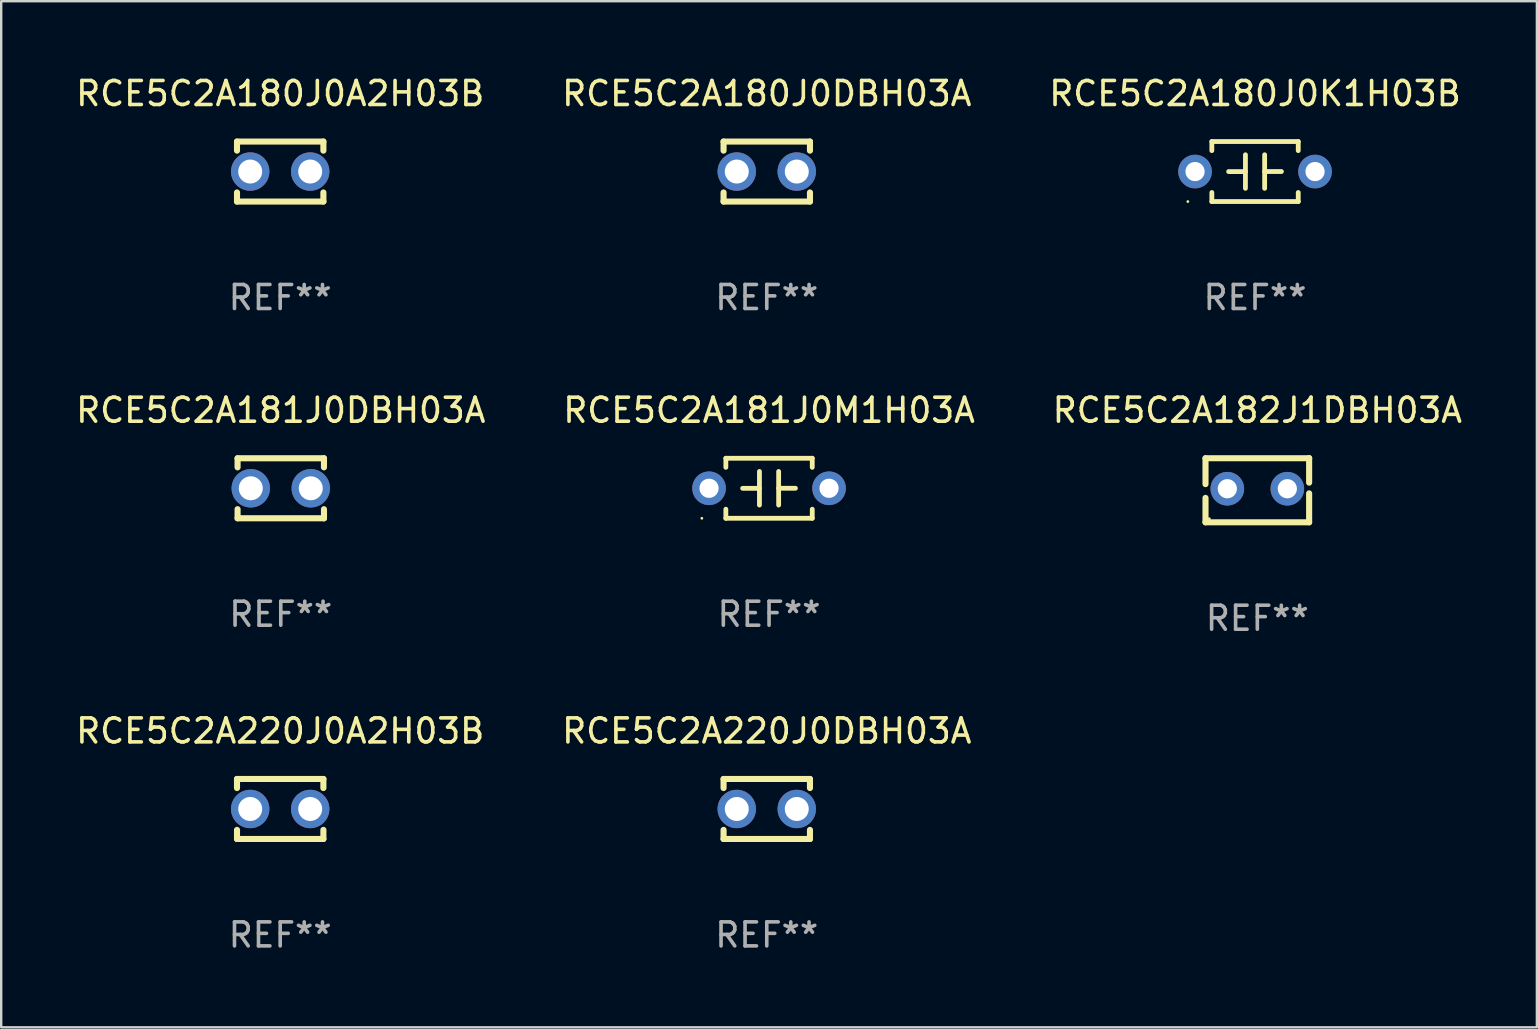
<source format=kicad_pcb>
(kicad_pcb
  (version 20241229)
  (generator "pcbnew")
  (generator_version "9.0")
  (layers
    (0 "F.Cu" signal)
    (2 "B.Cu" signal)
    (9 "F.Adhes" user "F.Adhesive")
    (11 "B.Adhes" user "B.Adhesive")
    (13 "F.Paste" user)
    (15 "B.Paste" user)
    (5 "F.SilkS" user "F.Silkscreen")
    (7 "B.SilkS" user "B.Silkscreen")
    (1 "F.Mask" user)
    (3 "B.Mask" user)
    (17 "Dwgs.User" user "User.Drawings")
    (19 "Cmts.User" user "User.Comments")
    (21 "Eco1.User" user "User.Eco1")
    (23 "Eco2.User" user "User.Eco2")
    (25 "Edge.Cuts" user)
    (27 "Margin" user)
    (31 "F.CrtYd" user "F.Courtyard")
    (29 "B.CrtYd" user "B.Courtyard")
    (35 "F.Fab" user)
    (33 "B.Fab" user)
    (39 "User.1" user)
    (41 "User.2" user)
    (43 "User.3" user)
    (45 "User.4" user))
  (footprint "RCE5C2A180J0K1H03B"
    (layer "F.Cu")
    (at 49.244 4.098)
    (property "Reference" "RCE5C2A180J0K1H03B" (at 0 -3.25 0) (layer "F.SilkS") (effects (font (size 1 1) (thickness 0.15))))
    (attr through_hole)
    (fp_line (start -1.8 -1.25) (end -1.8 -0.872) (stroke (width 0.2) (type solid)) (layer "F.SilkS"))
    (fp_line (start -1.8 -1.25) (end 1.8 -1.25) (stroke (width 0.2) (type solid)) (layer "F.SilkS"))
    (fp_line (start -1.8 0.872) (end -1.8 1.25) (stroke (width 0.2) (type solid)) (layer "F.SilkS"))
    (fp_line (start -1.8 1.25) (end 1.8 1.25) (stroke (width 0.2) (type solid)) (layer "F.SilkS"))
    (fp_line (start -0.4 -0.7) (end -0.4 0.7) (stroke (width 0.2) (type solid)) (layer "F.SilkS"))
    (fp_line (start -0.4 0.002) (end -1.1 0.002) (stroke (width 0.2) (type solid)) (layer "F.SilkS"))
    (fp_line (start 0.4 -0.001) (end 1.1 -0.001) (stroke (width 0.2) (type solid)) (layer "F.SilkS"))
    (fp_line (start 0.4 0.7) (end 0.4 -0.7) (stroke (width 0.2) (type solid)) (layer "F.SilkS"))
    (fp_line (start 1.8 -1.25) (end 1.8 -0.872) (stroke (width 0.2) (type solid)) (layer "F.SilkS"))
    (fp_line (start 1.8 0.872) (end 1.8 1.25) (stroke (width 0.2) (type solid)) (layer "F.SilkS"))
    (fp_circle (center -2.8 1.25) (end -2.77 1.25) (stroke (width 0.06) (type solid)) (fill no) (layer "F.SilkS"))
    (fp_text user "REF**" (at 0 5.25 0) (layer "F.Fab") (effects (font (size 1 1) (thickness 0.15))))
    (pad "1" thru_hole circle (at -2.5 0) (size 1.4 1.4) (drill 0.8) (layers "*.Cu" "*.Mask"))
    (pad "2" thru_hole circle (at 2.5 0) (size 1.4 1.4) (drill 0.8) (layers "*.Cu" "*.Mask")))
  (footprint "RCE5C2A181J0DBH03A"
    (layer "F.Cu")
    (at 8.649 17.295)
    (property "Reference" "RCE5C2A181J0DBH03A" (at 0 -3.25 0) (layer "F.SilkS") (effects (font (size 1 1) (thickness 0.15))))
    (attr through_hole)
    (fp_line (start -1.8 -1.25) (end -1.8 -0.872) (stroke (width 0.254) (type solid)) (layer "F.SilkS"))
    (fp_line (start -1.8 -1.25) (end 1.8 -1.25) (stroke (width 0.254) (type solid)) (layer "F.SilkS"))
    (fp_line (start -1.8 0.872) (end -1.8 1.25) (stroke (width 0.254) (type solid)) (layer "F.SilkS"))
    (fp_line (start -1.8 1.25) (end 1.8 1.25) (stroke (width 0.254) (type solid)) (layer "F.SilkS"))
    (fp_line (start 1.8 -1.25) (end 1.8 -0.872) (stroke (width 0.254) (type solid)) (layer "F.SilkS"))
    (fp_line (start 1.8 0.872) (end 1.8 1.25) (stroke (width 0.254) (type solid)) (layer "F.SilkS"))
    (fp_circle (center -1.8 1.25) (end -1.77 1.25) (stroke (width 0.06) (type solid)) (fill no) (layer "F.SilkS"))
    (fp_text user "REF**" (at 0 5.25 0) (layer "F.Fab") (effects (font (size 1 1) (thickness 0.15))))
    (pad "1" thru_hole circle (at -1.25 0) (size 1.6 1.6) (drill 1) (layers "*.Cu" "*.Mask"))
    (pad "2" thru_hole circle (at 1.25 0) (size 1.6 1.6) (drill 1) (layers "*.Cu" "*.Mask")))
  (footprint "RCE5C2A180J0A2H03B"
    (layer "F.Cu")
    (at 8.625 4.098)
    (property "Reference" "RCE5C2A180J0A2H03B" (at 0 -3.25 0) (layer "F.SilkS") (effects (font (size 1 1) (thickness 0.15))))
    (attr through_hole)
    (fp_line (start -1.8 -1.25) (end -1.8 -0.872) (stroke (width 0.254) (type solid)) (layer "F.SilkS"))
    (fp_line (start -1.8 -1.25) (end 1.8 -1.25) (stroke (width 0.254) (type solid)) (layer "F.SilkS"))
    (fp_line (start -1.8 0.872) (end -1.8 1.25) (stroke (width 0.254) (type solid)) (layer "F.SilkS"))
    (fp_line (start -1.8 1.25) (end 1.8 1.25) (stroke (width 0.254) (type solid)) (layer "F.SilkS"))
    (fp_line (start 1.8 -1.25) (end 1.8 -0.872) (stroke (width 0.254) (type solid)) (layer "F.SilkS"))
    (fp_line (start 1.8 0.872) (end 1.8 1.25) (stroke (width 0.254) (type solid)) (layer "F.SilkS"))
    (fp_circle (center -1.8 1.25) (end -1.77 1.25) (stroke (width 0.06) (type solid)) (fill no) (layer "F.SilkS"))
    (fp_text user "REF**" (at 0 5.25 0) (layer "F.Fab") (effects (font (size 1 1) (thickness 0.15))))
    (pad "1" thru_hole circle (at -1.25 0) (size 1.6 1.6) (drill 1) (layers "*.Cu" "*.Mask"))
    (pad "2" thru_hole circle (at 1.25 0) (size 1.6 1.6) (drill 1) (layers "*.Cu" "*.Mask")))
  (footprint "RCE5C2A220J0DBH03A"
    (layer "F.Cu")
    (at 28.899 30.658)
    (property "Reference" "RCE5C2A220J0DBH03A" (at 0 -3.25 0) (layer "F.SilkS") (effects (font (size 1 1) (thickness 0.15))))
    (attr through_hole)
    (fp_line (start -1.8 -1.25) (end -1.8 -0.872) (stroke (width 0.254) (type solid)) (layer "F.SilkS"))
    (fp_line (start -1.8 -1.25) (end 1.8 -1.25) (stroke (width 0.254) (type solid)) (layer "F.SilkS"))
    (fp_line (start -1.8 0.872) (end -1.8 1.25) (stroke (width 0.254) (type solid)) (layer "F.SilkS"))
    (fp_line (start -1.8 1.25) (end 1.8 1.25) (stroke (width 0.254) (type solid)) (layer "F.SilkS"))
    (fp_line (start 1.8 -1.25) (end 1.8 -0.872) (stroke (width 0.254) (type solid)) (layer "F.SilkS"))
    (fp_line (start 1.8 0.872) (end 1.8 1.25) (stroke (width 0.254) (type solid)) (layer "F.SilkS"))
    (fp_circle (center -1.8 1.25) (end -1.77 1.25) (stroke (width 0.06) (type solid)) (fill no) (layer "F.SilkS"))
    (fp_text user "REF**" (at 0 5.25 0) (layer "F.Fab") (effects (font (size 1 1) (thickness 0.15))))
    (pad "1" thru_hole circle (at -1.25 0) (size 1.6 1.6) (drill 1) (layers "*.Cu" "*.Mask"))
    (pad "2" thru_hole circle (at 1.25 0) (size 1.6 1.6) (drill 1) (layers "*.Cu" "*.Mask")))
  (footprint "RCE5C2A180J0DBH03A"
    (layer "F.Cu")
    (at 28.899 4.098)
    (property "Reference" "RCE5C2A180J0DBH03A" (at 0 -3.25 0) (layer "F.SilkS") (effects (font (size 1 1) (thickness 0.15))))
    (attr through_hole)
    (fp_line (start -1.8 -1.25) (end -1.8 -0.872) (stroke (width 0.254) (type solid)) (layer "F.SilkS"))
    (fp_line (start -1.8 -1.25) (end 1.8 -1.25) (stroke (width 0.254) (type solid)) (layer "F.SilkS"))
    (fp_line (start -1.8 0.872) (end -1.8 1.25) (stroke (width 0.254) (type solid)) (layer "F.SilkS"))
    (fp_line (start -1.8 1.25) (end 1.8 1.25) (stroke (width 0.254) (type solid)) (layer "F.SilkS"))
    (fp_line (start 1.8 -1.25) (end 1.8 -0.872) (stroke (width 0.254) (type solid)) (layer "F.SilkS"))
    (fp_line (start 1.8 0.872) (end 1.8 1.25) (stroke (width 0.254) (type solid)) (layer "F.SilkS"))
    (fp_circle (center -1.8 1.25) (end -1.77 1.25) (stroke (width 0.06) (type solid)) (fill no) (layer "F.SilkS"))
    (fp_text user "REF**" (at 0 5.25 0) (layer "F.Fab") (effects (font (size 1 1) (thickness 0.15))))
    (pad "1" thru_hole circle (at -1.25 0) (size 1.6 1.6) (drill 1) (layers "*.Cu" "*.Mask"))
    (pad "2" thru_hole circle (at 1.25 0) (size 1.6 1.6) (drill 1) (layers "*.Cu" "*.Mask")))
  (footprint "RCE5C2A220J0A2H03B"
    (layer "F.Cu")
    (at 8.625 30.658)
    (property "Reference" "RCE5C2A220J0A2H03B" (at 0 -3.25 0) (layer "F.SilkS") (effects (font (size 1 1) (thickness 0.15))))
    (attr through_hole)
    (fp_line (start -1.8 -1.25) (end -1.8 -0.872) (stroke (width 0.254) (type solid)) (layer "F.SilkS"))
    (fp_line (start -1.8 -1.25) (end 1.8 -1.25) (stroke (width 0.254) (type solid)) (layer "F.SilkS"))
    (fp_line (start -1.8 0.872) (end -1.8 1.25) (stroke (width 0.254) (type solid)) (layer "F.SilkS"))
    (fp_line (start -1.8 1.25) (end 1.8 1.25) (stroke (width 0.254) (type solid)) (layer "F.SilkS"))
    (fp_line (start 1.8 -1.25) (end 1.8 -0.872) (stroke (width 0.254) (type solid)) (layer "F.SilkS"))
    (fp_line (start 1.8 0.872) (end 1.8 1.25) (stroke (width 0.254) (type solid)) (layer "F.SilkS"))
    (fp_circle (center -1.8 1.25) (end -1.77 1.25) (stroke (width 0.06) (type solid)) (fill no) (layer "F.SilkS"))
    (fp_text user "REF**" (at 0 5.25 0) (layer "F.Fab") (effects (font (size 1 1) (thickness 0.15))))
    (pad "1" thru_hole circle (at -1.25 0) (size 1.6 1.6) (drill 1) (layers "*.Cu" "*.Mask"))
    (pad "2" thru_hole circle (at 1.25 0) (size 1.6 1.6) (drill 1) (layers "*.Cu" "*.Mask")))
  (footprint "RCE5C2A181J0M1H03A"
    (layer "F.Cu")
    (at 28.994 17.295)
    (property "Reference" "RCE5C2A181J0M1H03A" (at 0 -3.25 0) (layer "F.SilkS") (effects (font (size 1 1) (thickness 0.15))))
    (attr through_hole)
    (fp_line (start -1.8 -1.25) (end -1.8 -0.872) (stroke (width 0.2) (type solid)) (layer "F.SilkS"))
    (fp_line (start -1.8 -1.25) (end 1.8 -1.25) (stroke (width 0.2) (type solid)) (layer "F.SilkS"))
    (fp_line (start -1.8 0.872) (end -1.8 1.25) (stroke (width 0.2) (type solid)) (layer "F.SilkS"))
    (fp_line (start -1.8 1.25) (end 1.8 1.25) (stroke (width 0.2) (type solid)) (layer "F.SilkS"))
    (fp_line (start -0.4 -0.7) (end -0.4 0.7) (stroke (width 0.2) (type solid)) (layer "F.SilkS"))
    (fp_line (start -0.4 0.002) (end -1.1 0.002) (stroke (width 0.2) (type solid)) (layer "F.SilkS"))
    (fp_line (start 0.4 -0.001) (end 1.1 -0.001) (stroke (width 0.2) (type solid)) (layer "F.SilkS"))
    (fp_line (start 0.4 0.7) (end 0.4 -0.7) (stroke (width 0.2) (type solid)) (layer "F.SilkS"))
    (fp_line (start 1.8 -1.25) (end 1.8 -0.872) (stroke (width 0.2) (type solid)) (layer "F.SilkS"))
    (fp_line (start 1.8 0.872) (end 1.8 1.25) (stroke (width 0.2) (type solid)) (layer "F.SilkS"))
    (fp_circle (center -2.8 1.25) (end -2.77 1.25) (stroke (width 0.06) (type solid)) (fill no) (layer "F.SilkS"))
    (fp_text user "REF**" (at 0 5.25 0) (layer "F.Fab") (effects (font (size 1 1) (thickness 0.15))))
    (pad "1" thru_hole circle (at -2.5 0) (size 1.4 1.4) (drill 0.8) (layers "*.Cu" "*.Mask"))
    (pad "2" thru_hole circle (at 2.5 0) (size 1.4 1.4) (drill 0.8) (layers "*.Cu" "*.Mask")))
  (footprint "RCE5C2A182J1DBH03A"
    (layer "F.Cu")
    (at 49.339 17.378)
    (property "Reference" "RCE5C2A182J1DBH03A" (at 0 -3.334 0) (layer "F.SilkS") (effects (font (size 1 1) (thickness 0.15))))
    (attr through_hole)
    (fp_line (start -2.159 -1.334) (end 2.159 -1.334) (stroke (width 0.254) (type solid)) (layer "F.SilkS"))
    (fp_line (start -2.159 -0.256) (end -2.159 -1.334) (stroke (width 0.254) (type solid)) (layer "F.SilkS"))
    (fp_line (start -2.159 1.334) (end -2.159 0.318) (stroke (width 0.254) (type solid)) (layer "F.SilkS"))
    (fp_line (start 2.159 -1.334) (end 2.159 -1.334) (stroke (width 0.254) (type solid)) (layer "F.SilkS"))
    (fp_line (start 2.159 -1.334) (end 2.159 -0.318) (stroke (width 0.254) (type solid)) (layer "F.SilkS"))
    (fp_line (start 2.159 0.129) (end 2.159 1.334) (stroke (width 0.254) (type solid)) (layer "F.SilkS"))
    (fp_line (start 2.159 1.334) (end -2.159 1.334) (stroke (width 0.254) (type solid)) (layer "F.SilkS"))
    (fp_circle (center -2 1.186) (end -1.97 1.186) (stroke (width 0.06) (type solid)) (fill no) (layer "F.SilkS"))
    (fp_text user "REF**" (at 0 5.334 0) (layer "F.Fab") (effects (font (size 1 1) (thickness 0.15))))
    (pad "1" thru_hole circle (at -1.25 -0.064) (size 1.4 1.4) (drill 0.8) (layers "*.Cu" "*.Mask"))
    (pad "2" thru_hole circle (at 1.25 -0.064) (size 1.4 1.4) (drill 0.8) (layers "*.Cu" "*.Mask")))
  (gr_rect
    (start -3 -3)
    (end 60.988 39.757)
    (stroke (width 0.1) (type default))
    (fill no)
    (layer "Edge.Cuts")))
</source>
